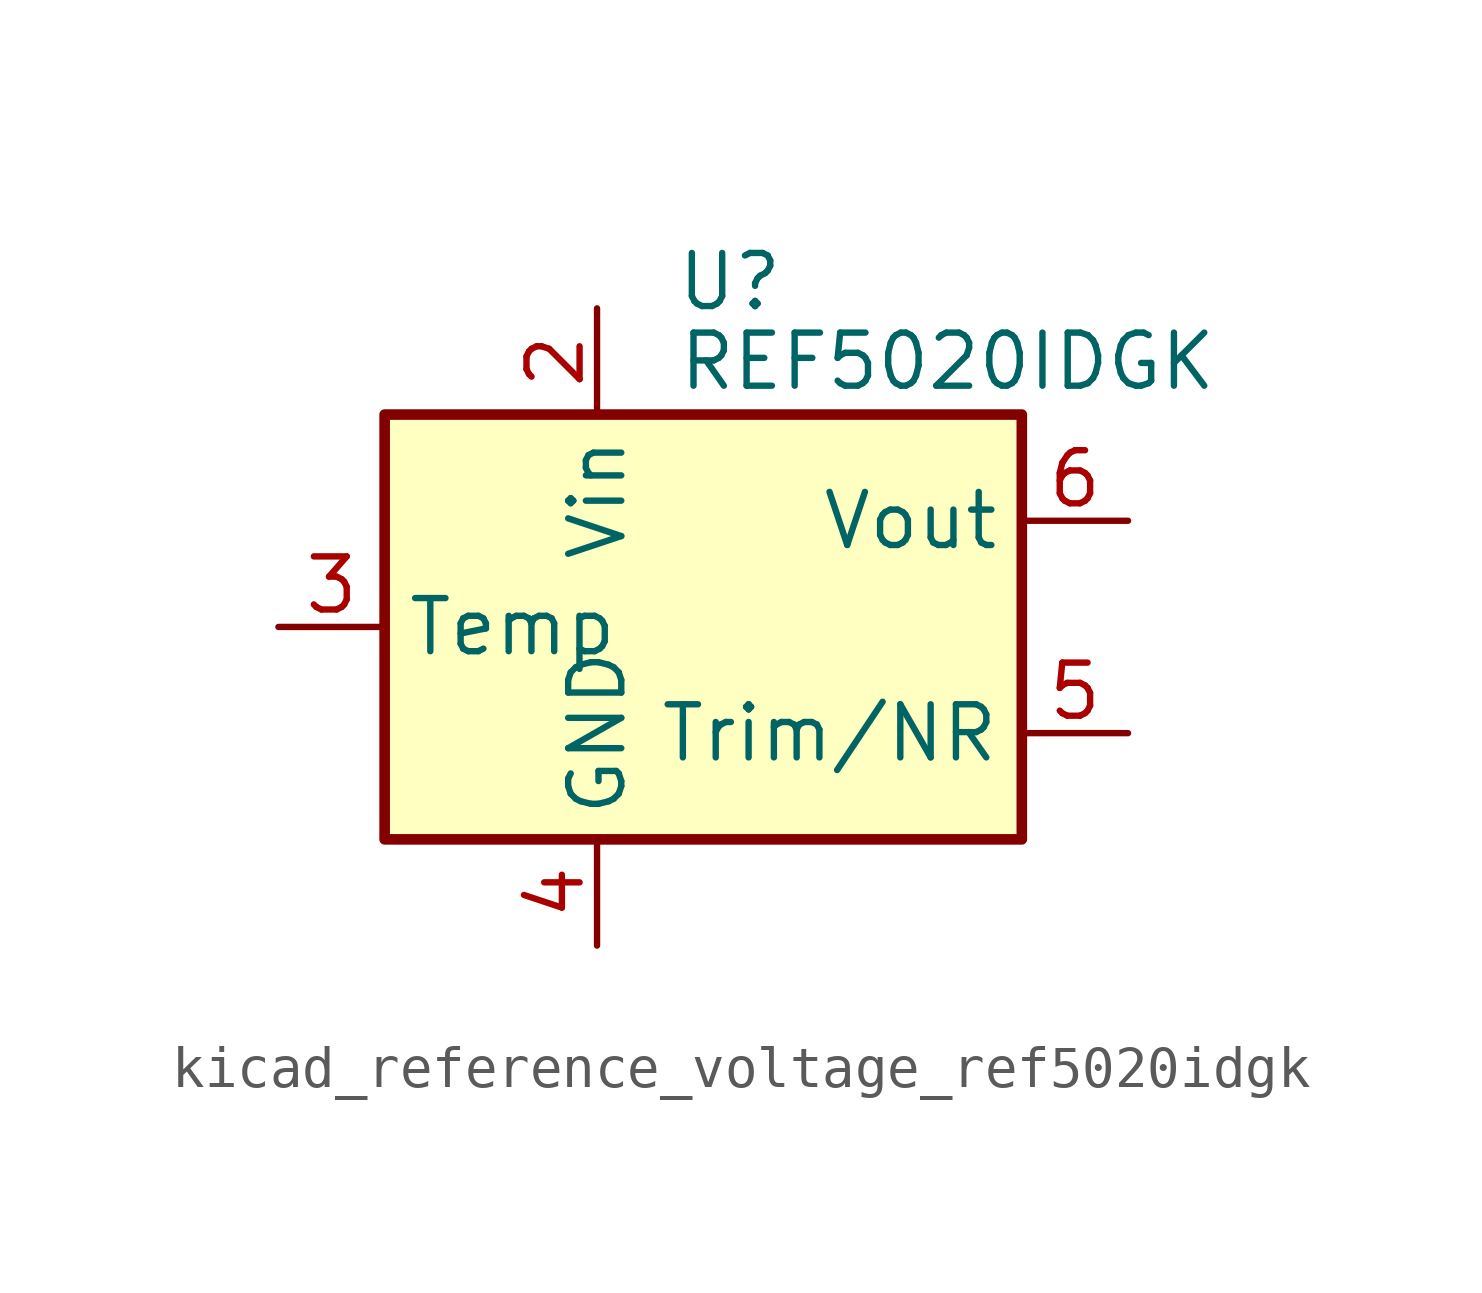
<source format=kicad_sym>
(kicad_symbol_lib
  (version 20220914)
  (generator kicad_symbol_editor)
  (symbol "kicad_reference_voltage_ref5020idgk"
    (property "Reference" "U"
      (at 0.635 8.255 0)
      (effects (font (size 1.27 1.27))))
    (property "Value" "REF5020IDGK"
      (at -0.635 6.35 0)
      (effects (font (size 1.27 1.27)) (justify left)))
    (symbol "kicad_reference_voltage_ref5020idgk_0_1"
      (rectangle (start -7.62 5.08) (end 7.62 -5.08) (stroke (width 0.254) (type default)) (fill (type background))))
    (symbol "kicad_reference_voltage_ref5020idgk_1_1"
      (pin no_connect line (at -7.62 2.54 0) (length 2.54) hide (name "DNC" (effects (font (size 1.27 1.27)))) (number "1" (effects (font (size 1.27 1.27)))))
      (pin power_in line (at -2.54 7.62 270) (length 2.54) (name "Vin" (effects (font (size 1.27 1.27)))) (number "2" (effects (font (size 1.27 1.27)))))
      (pin passive line (at -10.16 0 0) (length 2.54) (name "Temp" (effects (font (size 1.27 1.27)))) (number "3" (effects (font (size 1.27 1.27)))))
      (pin power_in line (at -2.54 -7.62 90) (length 2.54) (name "GND" (effects (font (size 1.27 1.27)))) (number "4" (effects (font (size 1.27 1.27)))))
      (pin passive line (at 10.16 -2.54 180) (length 2.54) (name "Trim/NR" (effects (font (size 1.27 1.27)))) (number "5" (effects (font (size 1.27 1.27)))))
      (pin power_out line (at 10.16 2.54 180) (length 2.54) (name "Vout" (effects (font (size 1.27 1.27)))) (number "6" (effects (font (size 1.27 1.27)))))
      (pin no_connect line (at -5.08 -5.08 90) (length 2.54) hide (name "NC" (effects (font (size 1.27 1.27)))) (number "7" (effects (font (size 1.27 1.27)))))
      (pin no_connect line (at 7.62 0 180) (length 2.54) hide (name "DNC" (effects (font (size 1.27 1.27)))) (number "8" (effects (font (size 1.27 1.27))))))))
</source>
